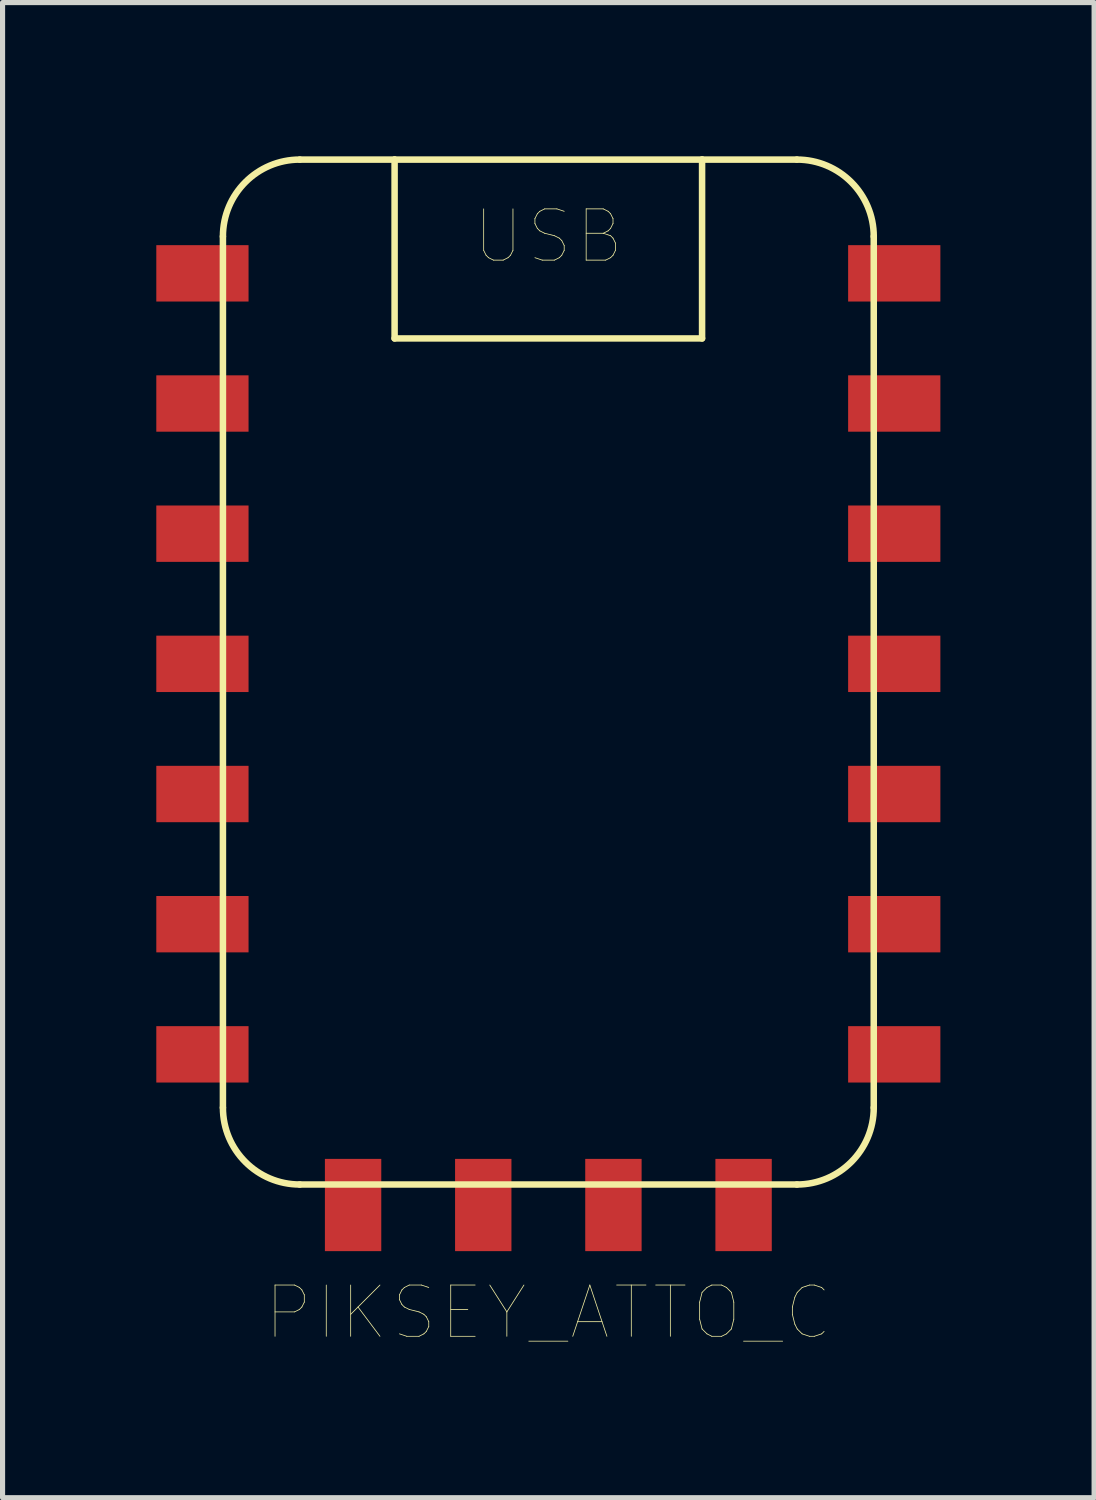
<source format=kicad_pcb>
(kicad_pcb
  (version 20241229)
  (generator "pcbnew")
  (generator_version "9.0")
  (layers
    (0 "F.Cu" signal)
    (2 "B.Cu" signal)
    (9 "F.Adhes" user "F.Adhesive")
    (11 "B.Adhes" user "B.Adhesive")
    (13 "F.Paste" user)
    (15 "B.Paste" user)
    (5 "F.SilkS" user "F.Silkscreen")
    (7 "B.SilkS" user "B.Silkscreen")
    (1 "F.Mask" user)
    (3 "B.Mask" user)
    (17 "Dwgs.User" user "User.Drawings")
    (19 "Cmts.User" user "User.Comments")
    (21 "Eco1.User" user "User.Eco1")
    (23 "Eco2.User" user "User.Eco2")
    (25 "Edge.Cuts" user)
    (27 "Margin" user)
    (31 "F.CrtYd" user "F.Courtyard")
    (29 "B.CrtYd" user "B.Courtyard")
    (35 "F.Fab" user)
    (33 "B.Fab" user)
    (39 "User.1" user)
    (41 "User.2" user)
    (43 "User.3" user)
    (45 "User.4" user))
  (footprint "PIKSEY_ATTO_C"
    (layer "F.Cu")
    (at 7.65 20.064)
    (property "Reference" "PIKSEY_ATTO_C" (at 0 2.5 0) (layer "F.SilkS") (effects (font (size 1 1) (thickness 0.015))))
    (attr through_hole)
    (fp_line (start -6.35 -1.5) (end -6.35 -18.5) (stroke (width 0.127) (type solid)) (layer "F.SilkS"))
    (fp_line (start -4.85 -20) (end -3 -20) (stroke (width 0.127) (type solid)) (layer "F.SilkS"))
    (fp_line (start -3 -20) (end -3 -16.51) (stroke (width 0.127) (type solid)) (layer "F.SilkS"))
    (fp_line (start -3 -20) (end 3 -20) (stroke (width 0.127) (type solid)) (layer "F.SilkS"))
    (fp_line (start -3 -16.51) (end 3 -16.51) (stroke (width 0.127) (type solid)) (layer "F.SilkS"))
    (fp_line (start 3 -20) (end 4.85 -20) (stroke (width 0.127) (type solid)) (layer "F.SilkS"))
    (fp_line (start 3 -16.51) (end 3 -20) (stroke (width 0.127) (type solid)) (layer "F.SilkS"))
    (fp_line (start 4.85 0) (end -4.85 0) (stroke (width 0.127) (type solid)) (layer "F.SilkS"))
    (fp_line (start 6.35 -18.5) (end 6.35 -1.5) (stroke (width 0.127) (type solid)) (layer "F.SilkS"))
    (fp_arc (start -6.35 -18.5) (mid -5.91066 -19.56066) (end -4.85 -20) (stroke (width 0.127) (type solid)) (layer "F.SilkS"))
    (fp_arc (start -4.85 0) (mid -5.91066 -0.43934) (end -6.35 -1.5) (stroke (width 0.127) (type solid)) (layer "F.SilkS"))
    (fp_arc (start 4.85 -20) (mid 5.91066 -19.56066) (end 6.35 -18.5) (stroke (width 0.127) (type solid)) (layer "F.SilkS"))
    (fp_arc (start 6.35 -1.5) (mid 5.91066 -0.43934) (end 4.85 0) (stroke (width 0.127) (type solid)) (layer "F.SilkS"))
    (fp_text user "USB" (at 0 -18.5 0) (layer "F.SilkS") (effects (font (size 1 1) (thickness 0.015))))
    (pad "5V" smd rect (at 6.75 -15.24) (size 1.8 1.1) (layers "F.Cu" "F.Mask" "F.Paste"))
    (pad "A0" smd rect (at 6.75 -12.7) (size 1.8 1.1) (layers "F.Cu" "F.Mask" "F.Paste"))
    (pad "A4" smd rect (at -6.75 -17.78) (size 1.8 1.1) (layers "F.Cu" "F.Mask" "F.Paste"))
    (pad "A5" smd rect (at -6.75 -15.24) (size 1.8 1.1) (layers "F.Cu" "F.Mask" "F.Paste"))
    (pad "AREF" smd rect (at -6.75 -12.7) (size 1.8 1.1) (layers "F.Cu" "F.Mask" "F.Paste"))
    (pad "D0" smd rect (at 6.75 -2.54) (size 1.8 1.1) (layers "F.Cu" "F.Mask" "F.Paste"))
    (pad "D1" smd rect (at 6.75 -5.08) (size 1.8 1.1) (layers "F.Cu" "F.Mask" "F.Paste"))
    (pad "D2" smd rect (at 3.81 0.4) (size 1.1 1.8) (layers "F.Cu" "F.Mask" "F.Paste"))
    (pad "D3" smd rect (at 1.27 0.4) (size 1.1 1.8) (layers "F.Cu" "F.Mask" "F.Paste"))
    (pad "D5" smd rect (at 6.75 -10.16) (size 1.8 1.1) (layers "F.Cu" "F.Mask" "F.Paste"))
    (pad "D6" smd rect (at 6.75 -7.62) (size 1.8 1.1) (layers "F.Cu" "F.Mask" "F.Paste"))
    (pad "D11" smd rect (at -3.81 0.4) (size 1.1 1.8) (layers "F.Cu" "F.Mask" "F.Paste"))
    (pad "D14" smd rect (at -6.75 -2.54) (size 1.8 1.1) (layers "F.Cu" "F.Mask" "F.Paste"))
    (pad "D15" smd rect (at -6.75 -7.62) (size 1.8 1.1) (layers "F.Cu" "F.Mask" "F.Paste"))
    (pad "D16" smd rect (at -6.75 -5.08) (size 1.8 1.1) (layers "F.Cu" "F.Mask" "F.Paste"))
    (pad "D17" smd rect (at -6.75 -10.16) (size 1.8 1.1) (layers "F.Cu" "F.Mask" "F.Paste"))
    (pad "GND" smd rect (at 6.75 -17.78) (size 1.8 1.1) (layers "F.Cu" "F.Mask" "F.Paste"))
    (pad "RST" smd rect (at -1.27 0.4) (size 1.1 1.8) (layers "F.Cu" "F.Mask" "F.Paste")))
  (gr_rect
    (start -3 -3)
    (end 18.3 26.175)
    (stroke (width 0.1) (type default))
    (fill no)
    (layer "Edge.Cuts")))
</source>
